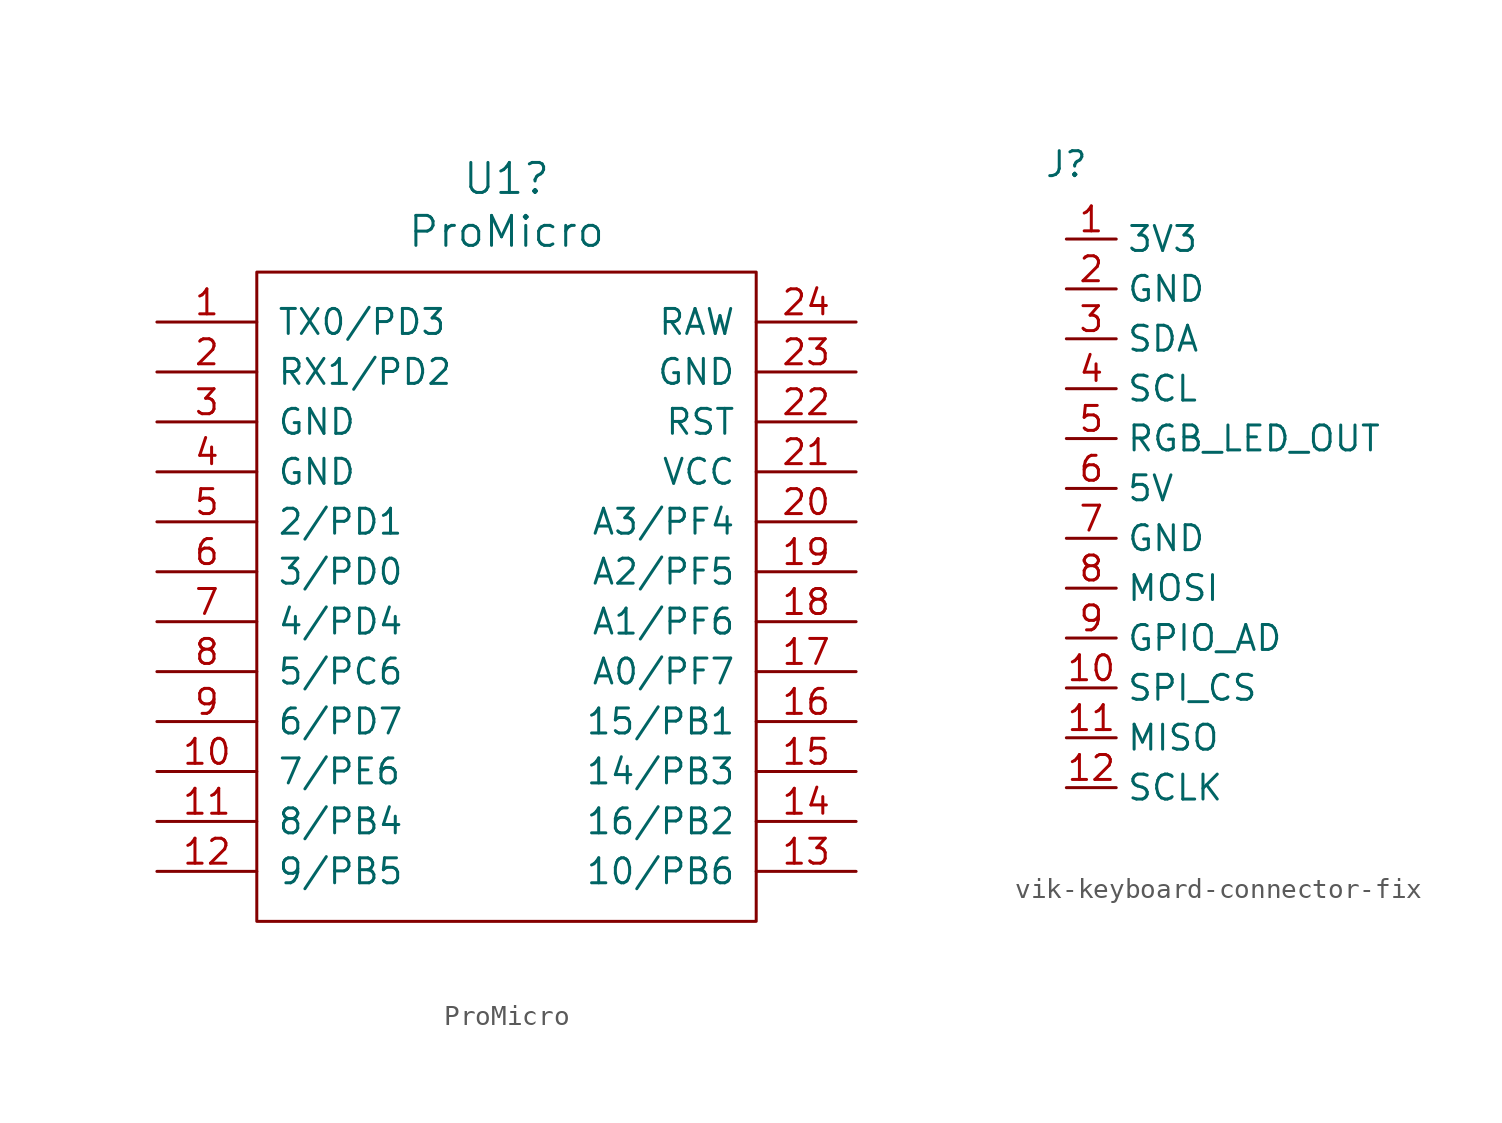
<source format=kicad_sym>
(kicad_symbol_lib
  (version 20220914)
  (generator kicad_symbol_editor)
  (symbol "ProMicro"
    (pin_names
      (offset 1.016))
    (property "Reference" "U1"
      (at 0 21.26 0)
      (effects (font (size 1.524 1.524))))
    (property "Value" "ProMicro"
      (at 0 18.567 0)
      (effects (font (size 1.524 1.524))))
    (symbol "ProMicro_0_1"
      (rectangle (start -12.7 -16.51) (end 12.7 16.51) (stroke (width 0) (type default)) (fill (type none))))
    (symbol "ProMicro_1_1"
      (pin input line (at -17.78 13.97 0) (length 5.08) (name "TX0/PD3" (effects (font (size 1.27 1.27)))) (number "1" (effects (font (size 1.27 1.27)))))
      (pin input line (at -17.78 -8.89 0) (length 5.08) (name "7/PE6" (effects (font (size 1.27 1.27)))) (number "10" (effects (font (size 1.27 1.27)))))
      (pin input line (at -17.78 -11.43 0) (length 5.08) (name "8/PB4" (effects (font (size 1.27 1.27)))) (number "11" (effects (font (size 1.27 1.27)))))
      (pin input line (at -17.78 -13.97 0) (length 5.08) (name "9/PB5" (effects (font (size 1.27 1.27)))) (number "12" (effects (font (size 1.27 1.27)))))
      (pin input line (at 17.78 -13.97 180) (length 5.08) (name "10/PB6" (effects (font (size 1.27 1.27)))) (number "13" (effects (font (size 1.27 1.27)))))
      (pin input line (at 17.78 -11.43 180) (length 5.08) (name "16/PB2" (effects (font (size 1.27 1.27)))) (number "14" (effects (font (size 1.27 1.27)))))
      (pin input line (at 17.78 -8.89 180) (length 5.08) (name "14/PB3" (effects (font (size 1.27 1.27)))) (number "15" (effects (font (size 1.27 1.27)))))
      (pin input line (at 17.78 -6.35 180) (length 5.08) (name "15/PB1" (effects (font (size 1.27 1.27)))) (number "16" (effects (font (size 1.27 1.27)))))
      (pin input line (at 17.78 -3.81 180) (length 5.08) (name "A0/PF7" (effects (font (size 1.27 1.27)))) (number "17" (effects (font (size 1.27 1.27)))))
      (pin input line (at 17.78 -1.27 180) (length 5.08) (name "A1/PF6" (effects (font (size 1.27 1.27)))) (number "18" (effects (font (size 1.27 1.27)))))
      (pin input line (at 17.78 1.27 180) (length 5.08) (name "A2/PF5" (effects (font (size 1.27 1.27)))) (number "19" (effects (font (size 1.27 1.27)))))
      (pin input line (at -17.78 11.43 0) (length 5.08) (name "RX1/PD2" (effects (font (size 1.27 1.27)))) (number "2" (effects (font (size 1.27 1.27)))))
      (pin input line (at 17.78 3.81 180) (length 5.08) (name "A3/PF4" (effects (font (size 1.27 1.27)))) (number "20" (effects (font (size 1.27 1.27)))))
      (pin input line (at 17.78 6.35 180) (length 5.08) (name "VCC" (effects (font (size 1.27 1.27)))) (number "21" (effects (font (size 1.27 1.27)))))
      (pin input line (at 17.78 8.89 180) (length 5.08) (name "RST" (effects (font (size 1.27 1.27)))) (number "22" (effects (font (size 1.27 1.27)))))
      (pin input line (at 17.78 11.43 180) (length 5.08) (name "GND" (effects (font (size 1.27 1.27)))) (number "23" (effects (font (size 1.27 1.27)))))
      (pin input line (at 17.78 13.97 180) (length 5.08) (name "RAW" (effects (font (size 1.27 1.27)))) (number "24" (effects (font (size 1.27 1.27)))))
      (pin input line (at -17.78 8.89 0) (length 5.08) (name "GND" (effects (font (size 1.27 1.27)))) (number "3" (effects (font (size 1.27 1.27)))))
      (pin input line (at -17.78 6.35 0) (length 5.08) (name "GND" (effects (font (size 1.27 1.27)))) (number "4" (effects (font (size 1.27 1.27)))))
      (pin input line (at -17.78 3.81 0) (length 5.08) (name "2/PD1" (effects (font (size 1.27 1.27)))) (number "5" (effects (font (size 1.27 1.27)))))
      (pin input line (at -17.78 1.27 0) (length 5.08) (name "3/PD0" (effects (font (size 1.27 1.27)))) (number "6" (effects (font (size 1.27 1.27)))))
      (pin input line (at -17.78 -1.27 0) (length 5.08) (name "4/PD4" (effects (font (size 1.27 1.27)))) (number "7" (effects (font (size 1.27 1.27)))))
      (pin input line (at -17.78 -3.81 0) (length 5.08) (name "5/PC6" (effects (font (size 1.27 1.27)))) (number "8" (effects (font (size 1.27 1.27)))))
      (pin input line (at -17.78 -6.35 0) (length 5.08) (name "6/PD7" (effects (font (size 1.27 1.27)))) (number "9" (effects (font (size 1.27 1.27)))))))
  (symbol "vik-keyboard-connector-fix"
    (property "Reference" "J"
      (at 0 17.78 0)
      (effects (font (size 1.27 1.27))))
    (property "Value" ""
      (at 0 6.35 0)
      (effects (font (size 1.27 1.27))))
    (symbol "vik-keyboard-connector-fix_1_1"
      (pin power_in line (at 0 13.97 0) (length 2.54) (name "3V3" (effects (font (size 1.27 1.27)))) (number "1" (effects (font (size 1.27 1.27)))))
      (pin output line (at 0 -8.89 0) (length 2.54) (name "SPI_CS" (effects (font (size 1.27 1.27)))) (number "10" (effects (font (size 1.27 1.27)))))
      (pin output line (at 0 -11.43 0) (length 2.54) (name "MISO" (effects (font (size 1.27 1.27)))) (number "11" (effects (font (size 1.27 1.27)))))
      (pin output line (at 0 -13.97 0) (length 2.54) (name "SCLK" (effects (font (size 1.27 1.27)))) (number "12" (effects (font (size 1.27 1.27)))))
      (pin power_in line (at 0 11.43 0) (length 2.54) (name "GND" (effects (font (size 1.27 1.27)))) (number "2" (effects (font (size 1.27 1.27)))))
      (pin output line (at 0 8.89 0) (length 2.54) (name "SDA" (effects (font (size 1.27 1.27)))) (number "3" (effects (font (size 1.27 1.27)))))
      (pin output line (at 0 6.35 0) (length 2.54) (name "SCL" (effects (font (size 1.27 1.27)))) (number "4" (effects (font (size 1.27 1.27)))))
      (pin output line (at 0 3.81 0) (length 2.54) (name "RGB_LED_OUT" (effects (font (size 1.27 1.27)))) (number "5" (effects (font (size 1.27 1.27)))))
      (pin power_in line (at 0 1.27 0) (length 2.54) (name "5V" (effects (font (size 1.27 1.27)))) (number "6" (effects (font (size 1.27 1.27)))))
      (pin power_in line (at 0 -1.27 0) (length 2.54) (name "GND" (effects (font (size 1.27 1.27)))) (number "7" (effects (font (size 1.27 1.27)))))
      (pin output line (at 0 -3.81 0) (length 2.54) (name "MOSI" (effects (font (size 1.27 1.27)))) (number "8" (effects (font (size 1.27 1.27)))))
      (pin output line (at 0 -6.35 0) (length 2.54) (name "GPIO_AD" (effects (font (size 1.27 1.27)))) (number "9" (effects (font (size 1.27 1.27))))))))
</source>
